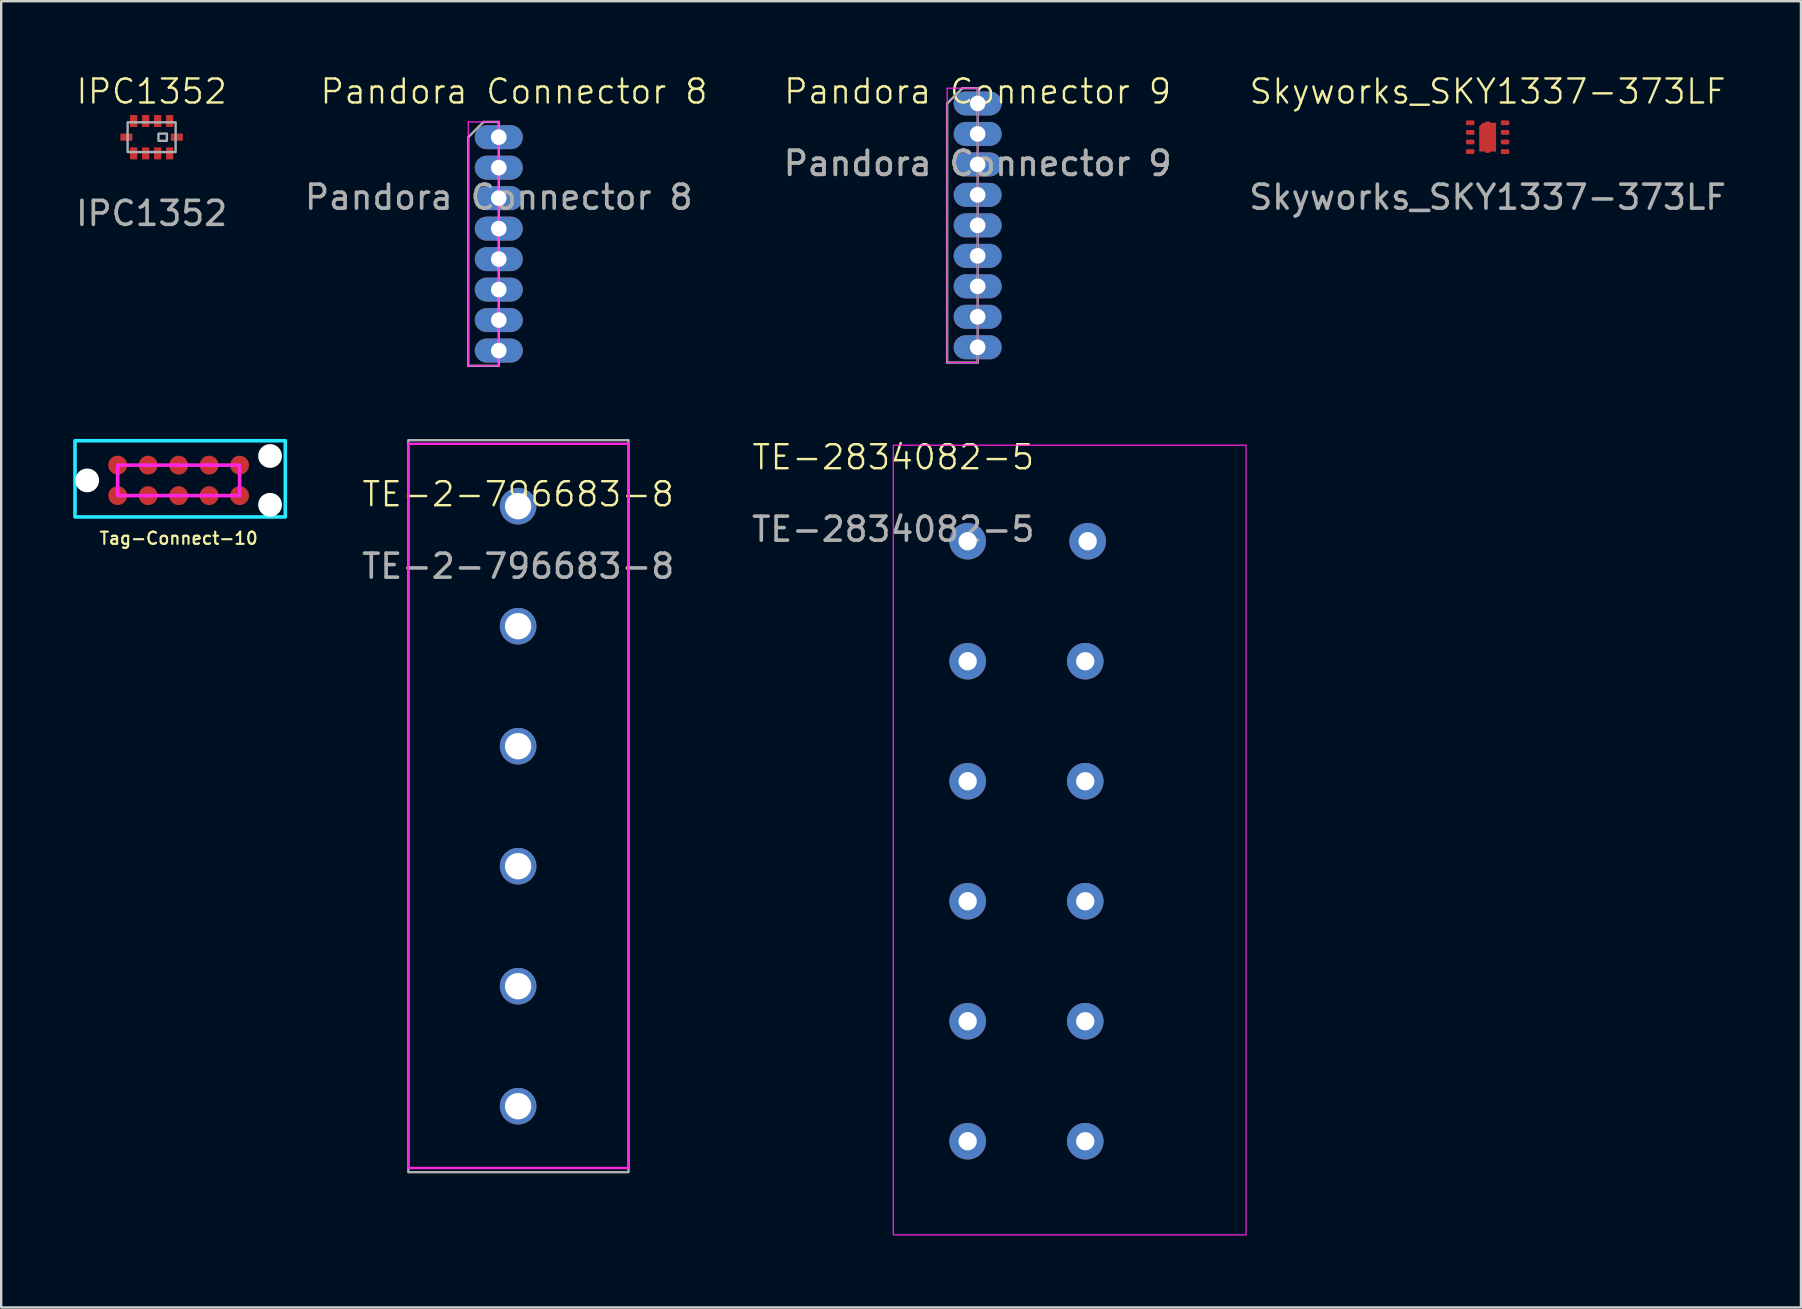
<source format=kicad_pcb>
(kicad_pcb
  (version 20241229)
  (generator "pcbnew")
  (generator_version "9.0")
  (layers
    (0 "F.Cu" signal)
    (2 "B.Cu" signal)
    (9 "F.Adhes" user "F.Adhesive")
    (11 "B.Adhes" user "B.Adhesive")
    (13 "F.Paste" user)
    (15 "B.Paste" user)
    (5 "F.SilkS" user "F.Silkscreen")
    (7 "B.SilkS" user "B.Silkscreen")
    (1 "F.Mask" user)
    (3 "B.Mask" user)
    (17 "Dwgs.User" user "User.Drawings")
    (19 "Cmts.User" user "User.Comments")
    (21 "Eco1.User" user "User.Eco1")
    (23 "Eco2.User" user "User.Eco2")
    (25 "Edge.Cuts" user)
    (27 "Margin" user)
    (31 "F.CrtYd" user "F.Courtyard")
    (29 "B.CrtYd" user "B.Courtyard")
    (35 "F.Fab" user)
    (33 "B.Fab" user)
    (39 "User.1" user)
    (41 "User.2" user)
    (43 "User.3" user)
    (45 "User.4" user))
  (footprint "IPC1352"
    (layer "F.Cu")
    (at 3.268 2.666)
    (property "Reference" "IPC1352" (at 0 -1.905 0) (unlocked yes) (layer "F.SilkS") (effects (font (size 1 1) (thickness 0.1))))
    (attr smd)
    (fp_rect (start -1 -0.62) (end 1 0.62) (stroke (width 0.1) (type default)) (fill no) (layer "F.Fab"))
    (fp_rect (start 0.635 0.15) (end 0.285 -0.15) (stroke (width 0.1) (type default)) (fill no) (layer "F.Fab"))
    (fp_text user "${REFERENCE}" (at 0 3.175 0) (unlocked yes) (layer "F.Fab") (effects (font (size 1 1) (thickness 0.15))))
    (pad "1" smd rect (at 0.75 -0.675) (size 0.3 0.5) (layers "F.Cu" "F.Mask" "F.Paste"))
    (pad "2" smd rect (at 0.25 -0.675) (size 0.3 0.5) (layers "F.Cu" "F.Mask" "F.Paste"))
    (pad "3" smd rect (at -0.25 -0.675) (size 0.3 0.5) (layers "F.Cu" "F.Mask" "F.Paste"))
    (pad "4" smd rect (at -0.75 -0.675) (size 0.3 0.5) (layers "F.Cu" "F.Mask" "F.Paste"))
    (pad "5" smd rect (at -1.05 0 90) (size 0.3 0.5) (layers "F.Cu" "F.Mask" "F.Paste"))
    (pad "6" smd rect (at -0.75 0.675) (size 0.3 0.5) (layers "F.Cu" "F.Mask" "F.Paste"))
    (pad "7" smd rect (at -0.25 0.675) (size 0.3 0.5) (layers "F.Cu" "F.Mask" "F.Paste"))
    (pad "8" smd rect (at 0.25 0.675) (size 0.3 0.5) (layers "F.Cu" "F.Mask" "F.Paste"))
    (pad "9" smd rect (at 0.75 0.675) (size 0.3 0.5) (layers "F.Cu" "F.Mask" "F.Paste"))
    (pad "10" smd rect (at 1.05 0 90) (size 0.3 0.5) (layers "F.Cu" "F.Mask" "F.Paste")))
  (footprint "Pandora Connector 9"
    (layer "F.Cu")
    (at 37.685 1.26)
    (property "Reference" "Pandora Connector 9" (at 0 -0.5 0) (unlocked yes) (layer "F.SilkS") (effects (font (size 1 1) (thickness 0.1))))
    (attr through_hole)
    (fp_line (start -1.27 -0.635) (end -1.27 10.795) (stroke (width 0.05) (type solid)) (layer "F.CrtYd"))
    (fp_line (start -1.27 10.795) (end 0 10.795) (stroke (width 0.05) (type solid)) (layer "F.CrtYd"))
    (fp_line (start 0 -0.635) (end -1.27 -0.635) (stroke (width 0.05) (type solid)) (layer "F.CrtYd"))
    (fp_line (start 0 4.215) (end 0 -0.635) (stroke (width 0.05) (type solid)) (layer "F.CrtYd"))
    (fp_line (start 0 10.795) (end 0 4.215) (stroke (width 0.05) (type default)) (layer "F.CrtYd"))
    (fp_line (start -1.27 0) (end -1.27 10.795) (stroke (width 0.1) (type default)) (layer "F.Fab"))
    (fp_line (start -1.27 10.795) (end 0 10.795) (stroke (width 0.1) (type default)) (layer "F.Fab"))
    (fp_line (start -0.635 -0.635) (end -1.27 0) (stroke (width 0.1) (type default)) (layer "F.Fab"))
    (fp_line (start 0 -0.635) (end -0.635 -0.635) (stroke (width 0.1) (type default)) (layer "F.Fab"))
    (fp_line (start 0 10.795) (end 0 -0.635) (stroke (width 0.1) (type default)) (layer "F.Fab"))
    (fp_text user "${REFERENCE}" (at 0 2.5 0) (unlocked yes) (layer "F.Fab") (effects (font (size 1 1) (thickness 0.15))))
    (fp_text user "${REFERENCE}" (at 0 2.5 0) (unlocked yes) (layer "F.Fab") (effects (font (size 1 1) (thickness 0.15))))
    (pad "1" thru_hole oval (at 0 0) (size 2 1) (drill 0.65) (property pad_prop_castellated) (layers "*.Cu" "*.Mask"))
    (pad "2" thru_hole oval (at 0 1.27) (size 2 1) (drill 0.65) (property pad_prop_castellated) (layers "*.Cu" "*.Mask"))
    (pad "3" thru_hole oval (at 0 2.54) (size 2 1) (drill 0.65) (property pad_prop_castellated) (layers "*.Cu" "*.Mask"))
    (pad "4" thru_hole oval (at 0 3.81) (size 2 1) (drill 0.65) (property pad_prop_castellated) (layers "*.Cu" "*.Mask"))
    (pad "5" thru_hole oval (at 0 5.08) (size 2 1) (drill 0.65) (property pad_prop_castellated) (layers "*.Cu" "*.Mask"))
    (pad "6" thru_hole oval (at 0 6.35) (size 2 1) (drill 0.65) (property pad_prop_castellated) (layers "*.Cu" "*.Mask"))
    (pad "7" thru_hole oval (at 0 7.62) (size 2 1) (drill 0.65) (property pad_prop_castellated) (layers "*.Cu" "*.Mask"))
    (pad "8" thru_hole oval (at 0 8.89) (size 2 1) (drill 0.65) (property pad_prop_castellated) (layers "*.Cu" "*.Mask"))
    (pad "9" thru_hole oval (at 0 10.16) (size 2 1) (drill 0.65) (property pad_prop_castellated) (layers "*.Cu" "*.Mask")))
  (footprint "Skyworks_SKY1337-373LF"
    (layer "F.Cu")
    (at 58.935 2.666)
    (property "Reference" "Skyworks_SKY1337-373LF" (at 0 -1.905 0) (unlocked yes) (layer "F.SilkS") (effects (font (size 1 1) (thickness 0.1))))
    (attr smd)
    (fp_text user "${REFERENCE}" (at 0 2.5 0) (unlocked yes) (layer "F.Fab") (effects (font (size 1 1) (thickness 0.15))))
    (pad "1" smd roundrect (at -0.725 -0.6) (size 0.35 0.2) (layers "F.Cu" "F.Mask" "F.Paste") (roundrect_rratio 0.25))
    (pad "2" smd roundrect (at -0.725 -0.2) (size 0.35 0.2) (layers "F.Cu" "F.Mask" "F.Paste") (roundrect_rratio 0.25))
    (pad "3" smd roundrect (at -0.725 0.2) (size 0.35 0.2) (layers "F.Cu" "F.Mask" "F.Paste") (roundrect_rratio 0.25))
    (pad "4" smd roundrect (at -0.725 0.6) (size 0.35 0.2) (layers "F.Cu" "F.Mask" "F.Paste") (roundrect_rratio 0.25))
    (pad "5" smd roundrect (at 0.725 0.6) (size 0.35 0.2) (layers "F.Cu" "F.Mask" "F.Paste") (roundrect_rratio 0.25))
    (pad "6" smd roundrect (at 0.725 0.2) (size 0.35 0.2) (layers "F.Cu" "F.Mask" "F.Paste") (roundrect_rratio 0.25))
    (pad "7" smd roundrect (at 0.725 -0.2) (size 0.35 0.2) (layers "F.Cu" "F.Mask" "F.Paste") (roundrect_rratio 0.25))
    (pad "8" smd roundrect (at 0.725 -0.6) (size 0.35 0.2) (layers "F.Cu" "F.Mask" "F.Paste") (roundrect_rratio 0.25))
    (pad "9" smd custom (at 0 0) (size 0.35 0.25) (layers "F.Cu" "F.Mask" "F.Paste") (options (anchor rect)) (primitives (gr_poly (pts (xy 0.1 -0.6) (xy 0.35 -0.6) (xy 0.35 0.6) (xy 0.1 0.6) (xy 0.1 0.65) (xy -0.1 0.65) (xy -0.1 0.6) (xy -0.35 0.6) (xy -0.35 -0.45) (xy -0.2 -0.6) (xy -0.1 -0.6) (xy -0.1 -0.65) (xy 0.1 -0.65)) (width 0) (fill yes)))))
  (footprint "Pandora Connector 8"
    (layer "F.Cu")
    (at 17.732 2.666)
    (property "Reference" "Pandora Connector 8" (at 0.635 -1.905 0) (unlocked yes) (layer "F.SilkS") (effects (font (size 1 1) (thickness 0.1))))
    (attr through_hole)
    (fp_line (start -1.27 -0.635) (end -1.27 9.525) (stroke (width 0.05) (type solid)) (layer "F.CrtYd"))
    (fp_line (start -1.27 9.525) (end 0 9.525) (stroke (width 0.05) (type solid)) (layer "F.CrtYd"))
    (fp_line (start 0 -0.635) (end -1.27 -0.635) (stroke (width 0.05) (type solid)) (layer "F.CrtYd"))
    (fp_line (start 0 4.215) (end 0 -0.635) (stroke (width 0.05) (type solid)) (layer "F.CrtYd"))
    (fp_line (start 0 9.525) (end 0 4.215) (stroke (width 0.05) (type default)) (layer "F.CrtYd"))
    (fp_line (start -1.27 0) (end -1.27 9.525) (stroke (width 0.1) (type default)) (layer "F.Fab"))
    (fp_line (start -1.27 9.525) (end 0 9.525) (stroke (width 0.1) (type default)) (layer "F.Fab"))
    (fp_line (start -0.635 -0.635) (end -1.27 0) (stroke (width 0.1) (type default)) (layer "F.Fab"))
    (fp_line (start 0 -0.635) (end -0.635 -0.635) (stroke (width 0.1) (type default)) (layer "F.Fab"))
    (fp_line (start 0 9.525) (end 0 -0.635) (stroke (width 0.1) (type default)) (layer "F.Fab"))
    (fp_text user "${REFERENCE}" (at 0 2.5 0) (unlocked yes) (layer "F.Fab") (effects (font (size 1 1) (thickness 0.15))))
    (pad "1" thru_hole oval (at 0 0) (size 2 1) (drill 0.65) (property pad_prop_castellated) (layers "*.Cu" "*.Mask"))
    (pad "2" thru_hole oval (at 0 1.27) (size 2 1) (drill 0.65) (property pad_prop_castellated) (layers "*.Cu" "*.Mask"))
    (pad "3" thru_hole oval (at 0 2.54) (size 2 1) (drill 0.65) (property pad_prop_castellated) (layers "*.Cu" "*.Mask"))
    (pad "4" thru_hole oval (at 0 3.81) (size 2 1) (drill 0.65) (property pad_prop_castellated) (layers "*.Cu" "*.Mask"))
    (pad "5" thru_hole oval (at 0 5.08) (size 2 1) (drill 0.65) (property pad_prop_castellated) (layers "*.Cu" "*.Mask"))
    (pad "6" thru_hole oval (at 0 6.35) (size 2 1) (drill 0.65) (property pad_prop_castellated) (layers "*.Cu" "*.Mask"))
    (pad "7" thru_hole oval (at 0 7.62) (size 2 1) (drill 0.65) (property pad_prop_castellated) (layers "*.Cu" "*.Mask"))
    (pad "8" thru_hole oval (at 0 8.89) (size 2 1) (drill 0.65) (property pad_prop_castellated) (layers "*.Cu" "*.Mask")))
  (footprint "TE-2834082-5"
    (layer "F.Cu")
    (at 34.169 15.501)
    (property "Reference" "TE-2834082-5" (at 0 0.5 0) (unlocked yes) (layer "F.SilkS") (effects (font (size 1 1) (thickness 0.1))))
    (attr through_hole)
    (fp_rect (start 0 0) (end 14.7 32.9) (stroke (width 0.05) (type default)) (fill no) (layer "F.CrtYd"))
    (fp_text user "${REFERENCE}" (at 0 3.5 0) (unlocked yes) (layer "F.Fab") (effects (font (size 1 1) (thickness 0.15))))
    (pad "1" thru_hole circle (at 3.1 4) (size 1.524 1.524) (drill 0.762) (layers "*.Cu" "*.Mask"))
    (pad "1" thru_hole circle (at 8.1 4) (size 1.524 1.524) (drill 0.762) (layers "*.Cu" "*.Mask"))
    (pad "2" thru_hole circle (at 3.1 9) (size 1.524 1.524) (drill 0.762) (layers "*.Cu" "*.Mask"))
    (pad "2" thru_hole circle (at 8 9) (size 1.524 1.524) (drill 0.762) (layers "*.Cu" "*.Mask"))
    (pad "3" thru_hole circle (at 3.1 14) (size 1.524 1.524) (drill 0.762) (layers "*.Cu" "*.Mask"))
    (pad "3" thru_hole circle (at 8 14) (size 1.524 1.524) (drill 0.762) (layers "*.Cu" "*.Mask"))
    (pad "4" thru_hole circle (at 3.1 19) (size 1.524 1.524) (drill 0.762) (layers "*.Cu" "*.Mask"))
    (pad "4" thru_hole circle (at 8 19) (size 1.524 1.524) (drill 0.762) (layers "*.Cu" "*.Mask"))
    (pad "5" thru_hole circle (at 3.1 24) (size 1.524 1.524) (drill 0.762) (layers "*.Cu" "*.Mask"))
    (pad "5" thru_hole circle (at 8 24) (size 1.524 1.524) (drill 0.762) (layers "*.Cu" "*.Mask"))
    (pad "6" thru_hole circle (at 3.1 29) (size 1.524 1.524) (drill 0.762) (layers "*.Cu" "*.Mask"))
    (pad "6" thru_hole circle (at 8 29) (size 1.524 1.524) (drill 0.762) (layers "*.Cu" "*.Mask")))
  (footprint "TE-2-796683-8"
    (layer "F.Cu")
    (at 18.538 18.041)
    (property "Reference" "TE-2-796683-8" (at 0 -0.5 0) (unlocked yes) (layer "F.SilkS") (effects (font (size 1 1) (thickness 0.1))))
    (attr through_hole)
    (fp_rect (start -4.575 -2.6) (end 4.6 27.575) (stroke (width 0.1) (type default)) (fill no) (layer "F.CrtYd"))
    (fp_rect (start -4.575 -2.75) (end 4.6 27.75) (stroke (width 0.1) (type default)) (fill no) (layer "F.Fab"))
    (fp_text user "${REFERENCE}" (at 0 2.5 0) (unlocked yes) (layer "F.Fab") (effects (font (size 1 1) (thickness 0.15))))
    (pad "1" thru_hole oval (at 0 0) (size 1.524 1.524) (drill 1.1) (layers "*.Cu" "*.Mask"))
    (pad "2" thru_hole oval (at 0 5) (size 1.524 1.524) (drill 1.1) (layers "*.Cu" "*.Mask"))
    (pad "3" thru_hole oval (at 0 10) (size 1.524 1.524) (drill 1.1) (layers "*.Cu" "*.Mask"))
    (pad "4" thru_hole oval (at 0 15) (size 1.524 1.524) (drill 1.1) (layers "*.Cu" "*.Mask"))
    (pad "5" thru_hole oval (at 0 20) (size 1.524 1.524) (drill 1.1) (layers "*.Cu" "*.Mask"))
    (pad "6" thru_hole oval (at 0 25) (size 1.524 1.524) (drill 1.1) (layers "*.Cu" "*.Mask")))
  (footprint "Tag-Connect-10"
    (layer "F.Cu")
    (at 0.583 16.966)
    (property "Reference" "Tag-Connect-10" (at 3.81 2.413 0) (layer "F.SilkS") (effects (font (size 0.508 0.508) (thickness 0.089))))
    (attr through_hole)
    (fp_poly (pts (xy 8.255 -1.651) (xy 8.255 1.524) (xy -0.508 1.524) (xy -0.508 -1.651)) (stroke (width 0.15) (type solid)) (fill no) (layer "B.CrtYd"))
    (fp_poly (pts (xy 1.27 -0.635) (xy 6.35 -0.635) (xy 6.35 0.635) (xy 1.27 0.635)) (stroke (width 0.15) (type solid)) (fill no) (layer "F.CrtYd"))
    (pad "" np_thru_hole circle (at 0 0) (size 0.991 0.991) (drill 0.991) (layers "*.Cu" "*.Mask"))
    (pad "" np_thru_hole circle (at 7.62 -1.016) (size 0.991 0.991) (drill 0.991) (layers "*.Cu" "*.Mask"))
    (pad "" np_thru_hole circle (at 7.62 1.016) (size 0.991 0.991) (drill 0.991) (layers "*.Cu" "*.Mask"))
    (pad "1" smd circle (at 1.27 0.635) (size 0.787 0.787) (layers "F.Cu" "F.Mask"))
    (pad "2" smd circle (at 2.54 0.635) (size 0.787 0.787) (layers "F.Cu" "F.Mask"))
    (pad "3" smd circle (at 3.81 0.635) (size 0.787 0.787) (layers "F.Cu" "F.Mask"))
    (pad "4" smd circle (at 5.08 0.635) (size 0.787 0.787) (layers "F.Cu" "F.Mask"))
    (pad "5" smd circle (at 6.35 0.635) (size 0.787 0.787) (layers "F.Cu" "F.Mask"))
    (pad "6" smd circle (at 6.35 -0.635) (size 0.787 0.787) (layers "F.Cu" "F.Mask"))
    (pad "7" smd circle (at 5.08 -0.635) (size 0.787 0.787) (layers "F.Cu" "F.Mask"))
    (pad "8" smd circle (at 3.81 -0.635) (size 0.787 0.787) (layers "F.Cu" "F.Mask"))
    (pad "9" smd circle (at 2.54 -0.635) (size 0.787 0.787) (layers "F.Cu" "F.Mask"))
    (pad "10" smd circle (at 1.27 -0.635) (size 0.787 0.787) (layers "F.Cu" "F.Mask")))
  (gr_rect
    (start -3 -3)
    (end 71.989 51.426)
    (stroke (width 0.1) (type default))
    (fill no)
    (layer "Edge.Cuts")))
</source>
